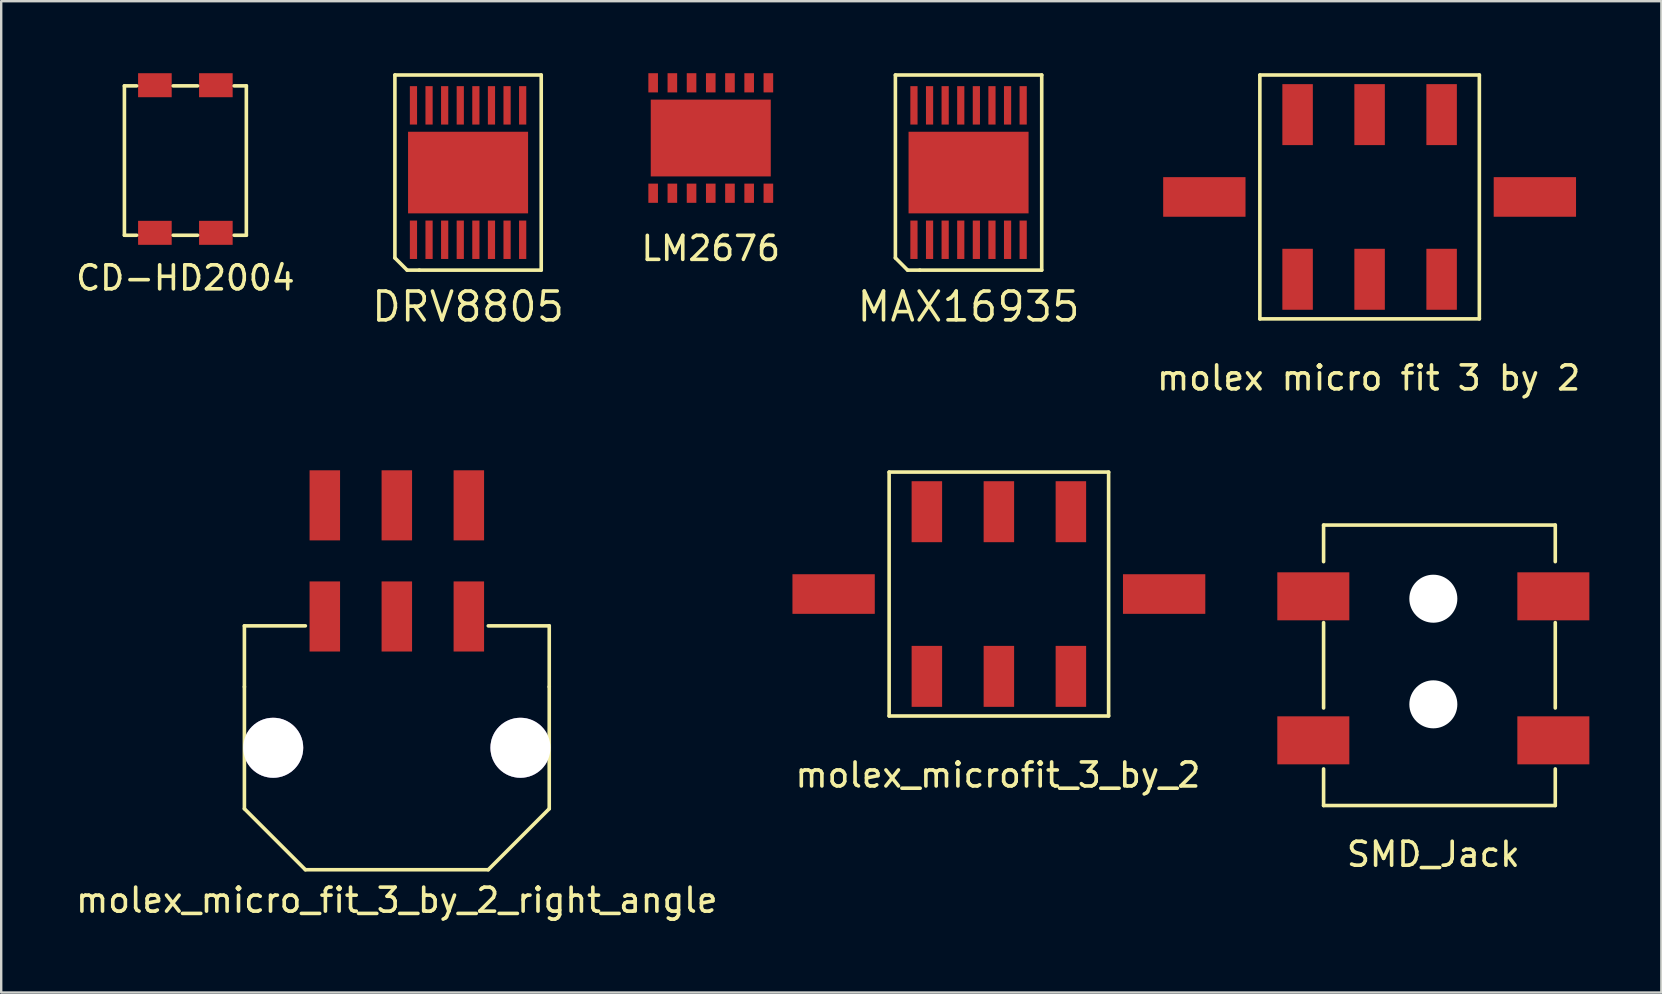
<source format=kicad_pcb>
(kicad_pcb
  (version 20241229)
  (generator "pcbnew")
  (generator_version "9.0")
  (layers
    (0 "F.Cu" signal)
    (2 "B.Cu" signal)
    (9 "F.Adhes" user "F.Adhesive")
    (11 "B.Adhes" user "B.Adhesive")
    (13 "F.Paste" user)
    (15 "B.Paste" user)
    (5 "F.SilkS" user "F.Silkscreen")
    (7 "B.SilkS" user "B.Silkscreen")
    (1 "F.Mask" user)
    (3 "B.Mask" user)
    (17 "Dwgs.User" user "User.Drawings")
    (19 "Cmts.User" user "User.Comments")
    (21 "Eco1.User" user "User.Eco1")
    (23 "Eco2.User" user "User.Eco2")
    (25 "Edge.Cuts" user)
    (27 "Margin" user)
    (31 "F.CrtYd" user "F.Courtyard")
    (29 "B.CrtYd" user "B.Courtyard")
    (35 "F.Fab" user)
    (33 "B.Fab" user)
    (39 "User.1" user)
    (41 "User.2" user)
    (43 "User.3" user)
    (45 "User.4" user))
  (footprint "molex_microfit_3_by_2"
    (layer "F.Cu")
    (at 38.564 21.698)
    (property "Reference" "molex_microfit_3_by_2" (at -0.04 7.54 0) (layer "F.SilkS") (effects (font (size 1 1) (thickness 0.15))))
    (attr through_hole)
    (fp_line (start -4.572 -5.08) (end 4.572 -5.08) (stroke (width 0.15) (type solid)) (layer "F.SilkS"))
    (fp_line (start -4.572 5.08) (end -4.572 -5.08) (stroke (width 0.15) (type solid)) (layer "F.SilkS"))
    (fp_line (start 4.572 -5.08) (end 4.572 5.08) (stroke (width 0.15) (type solid)) (layer "F.SilkS"))
    (fp_line (start 4.572 5.08) (end -4.572 5.08) (stroke (width 0.15) (type solid)) (layer "F.SilkS"))
    (pad "" smd rect (at -6.885 0) (size 3.43 1.65) (layers "F.Cu" "F.Mask" "F.Paste"))
    (pad "" smd rect (at 6.885 0) (size 3.43 1.65) (layers "F.Cu" "F.Mask" "F.Paste"))
    (pad "1" smd rect (at -3 -3.43) (size 1.27 2.54) (layers "F.Cu" "F.Mask" "F.Paste"))
    (pad "2" smd rect (at 0 -3.43) (size 1.27 2.54) (layers "F.Cu" "F.Mask" "F.Paste"))
    (pad "3" smd rect (at 3 -3.43) (size 1.27 2.54) (layers "F.Cu" "F.Mask" "F.Paste"))
    (pad "4" smd rect (at 3 3.43) (size 1.27 2.54) (layers "F.Cu" "F.Mask" "F.Paste"))
    (pad "5" smd rect (at 0 3.43) (size 1.27 2.54) (layers "F.Cu" "F.Mask" "F.Paste"))
    (pad "6" smd rect (at -3 3.43) (size 1.27 2.54) (layers "F.Cu" "F.Mask" "F.Paste")))
  (footprint "molex micro fit 3 by 2"
    (layer "F.Cu")
    (at 54.009 5.155)
    (property "Reference" "molex micro fit 3 by 2" (at -0.04 7.54 0) (layer "F.SilkS") (effects (font (size 1 1) (thickness 0.15))))
    (attr through_hole)
    (fp_line (start -4.572 -5.08) (end 4.572 -5.08) (stroke (width 0.15) (type solid)) (layer "F.SilkS"))
    (fp_line (start -4.572 5.08) (end -4.572 -5.08) (stroke (width 0.15) (type solid)) (layer "F.SilkS"))
    (fp_line (start 4.572 -5.08) (end 4.572 5.08) (stroke (width 0.15) (type solid)) (layer "F.SilkS"))
    (fp_line (start 4.572 5.08) (end -4.572 5.08) (stroke (width 0.15) (type solid)) (layer "F.SilkS"))
    (pad "" smd rect (at -6.885 0) (size 3.43 1.65) (layers "F.Cu" "F.Mask" "F.Paste"))
    (pad "" smd rect (at 6.885 0) (size 3.43 1.65) (layers "F.Cu" "F.Mask" "F.Paste"))
    (pad "1" smd rect (at -3 -3.43) (size 1.27 2.54) (layers "F.Cu" "F.Mask" "F.Paste"))
    (pad "2" smd rect (at 0 -3.43) (size 1.27 2.54) (layers "F.Cu" "F.Mask" "F.Paste"))
    (pad "3" smd rect (at 3 -3.43) (size 1.27 2.54) (layers "F.Cu" "F.Mask" "F.Paste"))
    (pad "4" smd rect (at 3 3.43) (size 1.27 2.54) (layers "F.Cu" "F.Mask" "F.Paste"))
    (pad "5" smd rect (at 0 3.43) (size 1.27 2.54) (layers "F.Cu" "F.Mask" "F.Paste"))
    (pad "6" smd rect (at -3 3.43) (size 1.27 2.54) (layers "F.Cu" "F.Mask" "F.Paste")))
  (footprint "CD-HD2004"
    (layer "F.Cu")
    (at 4.673 3.575)
    (property "Reference" "CD-HD2004" (at 0 4.953 0) (layer "F.SilkS") (effects (font (size 1 1) (thickness 0.15))))
    (attr through_hole)
    (fp_line (start -2.54 -3.048) (end -2.54 3.175) (stroke (width 0.15) (type solid)) (layer "F.SilkS"))
    (fp_line (start -2.54 3.175) (end -2.032 3.175) (stroke (width 0.15) (type solid)) (layer "F.SilkS"))
    (fp_line (start -2.032 -3.048) (end -2.54 -3.048) (stroke (width 0.15) (type solid)) (layer "F.SilkS"))
    (fp_line (start -0.508 -3.048) (end 0.508 -3.048) (stroke (width 0.15) (type solid)) (layer "F.SilkS"))
    (fp_line (start -0.508 3.175) (end 0.508 3.175) (stroke (width 0.15) (type solid)) (layer "F.SilkS"))
    (fp_line (start 2.032 3.175) (end 2.54 3.175) (stroke (width 0.15) (type solid)) (layer "F.SilkS"))
    (fp_line (start 2.54 -3.048) (end 2.032 -3.048) (stroke (width 0.15) (type solid)) (layer "F.SilkS"))
    (fp_line (start 2.54 3.175) (end 2.54 -3.048) (stroke (width 0.15) (type solid)) (layer "F.SilkS"))
    (pad "1" smd rect (at 1.27 -3.075) (size 1.4 1) (layers "F.Cu" "F.Mask" "F.Paste"))
    (pad "2" smd rect (at -1.27 -3.075) (size 1.4 1) (layers "F.Cu" "F.Mask" "F.Paste"))
    (pad "3" smd rect (at -1.27 3.075) (size 1.4 1) (layers "F.Cu" "F.Mask" "F.Paste"))
    (pad "4" smd rect (at 1.27 3.075) (size 1.4 1) (layers "F.Cu" "F.Mask" "F.Paste")))
  (footprint "LM2676"
    (layer "F.Cu")
    (at 26.561 2.7)
    (property "Reference" "LM2676" (at 0 4.6 0) (layer "F.SilkS") (effects (font (size 1 1) (thickness 0.15))))
    (attr through_hole)
    (pad "1" smd rect (at -2.4 2.3) (size 0.4 0.8) (layers "F.Cu" "F.Mask" "F.Paste"))
    (pad "2" smd rect (at -1.6 2.3) (size 0.4 0.8) (layers "F.Cu" "F.Mask" "F.Paste"))
    (pad "3" smd rect (at -0.8 2.3) (size 0.4 0.8) (layers "F.Cu" "F.Mask" "F.Paste"))
    (pad "4" smd rect (at 0 2.3) (size 0.4 0.8) (layers "F.Cu" "F.Mask" "F.Paste"))
    (pad "5" smd rect (at 0.8 2.3) (size 0.4 0.8) (layers "F.Cu" "F.Mask" "F.Paste"))
    (pad "6" smd rect (at 1.6 2.3) (size 0.4 0.8) (layers "F.Cu" "F.Mask" "F.Paste"))
    (pad "7" smd rect (at 2.4 2.3) (size 0.4 0.8) (layers "F.Cu" "F.Mask" "F.Paste"))
    (pad "8" smd rect (at 2.4 -2.3) (size 0.4 0.8) (layers "F.Cu" "F.Mask" "F.Paste"))
    (pad "9" smd rect (at 0 0) (size 5 3.2) (layers "F.Cu" "F.Mask" "F.Paste"))
    (pad "9" smd rect (at 1.6 -2.3) (size 0.4 0.8) (layers "F.Cu" "F.Mask" "F.Paste"))
    (pad "10" smd rect (at 0.8 -2.3) (size 0.4 0.8) (layers "F.Cu" "F.Mask" "F.Paste"))
    (pad "11" smd rect (at 0 -2.3) (size 0.4 0.8) (layers "F.Cu" "F.Mask" "F.Paste"))
    (pad "12" smd rect (at -0.8 -2.3) (size 0.4 0.8) (layers "F.Cu" "F.Mask" "F.Paste"))
    (pad "13" smd rect (at -1.6 -2.3) (size 0.4 0.8) (layers "F.Cu" "F.Mask" "F.Paste"))
    (pad "14" smd rect (at -2.4 -2.3) (size 0.4 0.8) (layers "F.Cu" "F.Mask" "F.Paste")))
  (footprint "molex_micro_fit_3_by_2_right_angle"
    (layer "F.Cu")
    (at 13.482 28.103)
    (property "Reference" "molex_micro_fit_3_by_2_right_angle" (at 0 6.35 0) (layer "F.SilkS") (effects (font (size 1 1) (thickness 0.15))))
    (attr through_hole)
    (fp_line (start -6.35 -5.08) (end -3.81 -5.08) (stroke (width 0.15) (type solid)) (layer "F.SilkS"))
    (fp_line (start -6.35 -2.54) (end -6.35 -5.08) (stroke (width 0.15) (type solid)) (layer "F.SilkS"))
    (fp_line (start -6.35 2.54) (end -6.35 -2.54) (stroke (width 0.15) (type solid)) (layer "F.SilkS"))
    (fp_line (start -3.81 5.08) (end -6.35 2.54) (stroke (width 0.15) (type solid)) (layer "F.SilkS"))
    (fp_line (start 3.81 5.08) (end -3.81 5.08) (stroke (width 0.15) (type solid)) (layer "F.SilkS"))
    (fp_line (start 6.35 -5.08) (end 3.81 -5.08) (stroke (width 0.15) (type solid)) (layer "F.SilkS"))
    (fp_line (start 6.35 -2.54) (end 6.35 -5.08) (stroke (width 0.15) (type solid)) (layer "F.SilkS"))
    (fp_line (start 6.35 -2.54) (end 6.35 2.54) (stroke (width 0.15) (type solid)) (layer "F.SilkS"))
    (fp_line (start 6.35 2.54) (end 3.81 5.08) (stroke (width 0.15) (type solid)) (layer "F.SilkS"))
    (pad "" thru_hole circle (at -5.15 0) (size 2.5 2.5) (drill 2.5) (layers "*.Cu" "*.Mask"))
    (pad "" thru_hole circle (at 5.15 0) (size 2.5 2.5) (drill 2.5) (layers "*.Cu" "*.Mask"))
    (pad "1" smd rect (at 3 -5.47) (size 1.27 2.92) (layers "F.Cu" "F.Mask" "F.Paste"))
    (pad "2" smd rect (at 0 -5.47) (size 1.27 2.92) (layers "F.Cu" "F.Mask" "F.Paste"))
    (pad "3" smd rect (at -3 -5.47) (size 1.27 2.92) (layers "F.Cu" "F.Mask" "F.Paste"))
    (pad "4" smd rect (at 3 -10.1) (size 1.27 2.92) (layers "F.Cu" "F.Mask" "F.Paste"))
    (pad "5" smd rect (at 0 -10.1) (size 1.27 2.92) (layers "F.Cu" "F.Mask" "F.Paste"))
    (pad "6" smd rect (at -3 -10.1) (size 1.27 2.92) (layers "F.Cu" "F.Mask" "F.Paste")))
  (footprint "MAX16935"
    (layer "F.Cu")
    (at 37.301 4.139)
    (property "Reference" "MAX16935" (at 0 5.588 180) (layer "F.SilkS") (effects (font (size 1.2 1.2) (thickness 0.15))))
    (attr through_hole)
    (fp_line (start -3.048 -4.064) (end 3.048 -4.064) (stroke (width 0.15) (type solid)) (layer "F.SilkS"))
    (fp_line (start -3.048 3.556) (end -3.048 -4.064) (stroke (width 0.15) (type solid)) (layer "F.SilkS"))
    (fp_line (start -2.54 4.064) (end -3.048 3.556) (stroke (width 0.15) (type solid)) (layer "F.SilkS"))
    (fp_line (start -2.032 4.064) (end -2.54 4.064) (stroke (width 0.15) (type solid)) (layer "F.SilkS"))
    (fp_line (start 3.048 -4.064) (end 3.048 4.064) (stroke (width 0.15) (type solid)) (layer "F.SilkS"))
    (fp_line (start 3.048 4.064) (end -2.032 4.064) (stroke (width 0.15) (type solid)) (layer "F.SilkS"))
    (pad "1" smd rect (at -2.275 2.8) (size 0.3 1.6) (layers "F.Cu" "F.Mask" "F.Paste"))
    (pad "2" smd rect (at -1.625 2.8) (size 0.3 1.6) (layers "F.Cu" "F.Mask" "F.Paste"))
    (pad "3" smd rect (at -0.975 2.8) (size 0.3 1.6) (layers "F.Cu" "F.Mask" "F.Paste"))
    (pad "4" smd rect (at -0.325 2.8) (size 0.3 1.6) (layers "F.Cu" "F.Mask" "F.Paste"))
    (pad "5" smd rect (at 0.325 2.8) (size 0.3 1.6) (layers "F.Cu" "F.Mask" "F.Paste"))
    (pad "6" smd rect (at 0.975 2.8) (size 0.3 1.6) (layers "F.Cu" "F.Mask" "F.Paste"))
    (pad "7" smd rect (at 1.625 2.8) (size 0.3 1.6) (layers "F.Cu" "F.Mask" "F.Paste"))
    (pad "8" smd rect (at 2.275 2.8) (size 0.3 1.6) (layers "F.Cu" "F.Mask" "F.Paste"))
    (pad "9" smd rect (at 2.275 -2.8) (size 0.3 1.6) (layers "F.Cu" "F.Mask" "F.Paste"))
    (pad "10" smd rect (at 1.625 -2.8) (size 0.3 1.6) (layers "F.Cu" "F.Mask" "F.Paste"))
    (pad "11" smd rect (at 0.975 -2.8) (size 0.3 1.6) (layers "F.Cu" "F.Mask" "F.Paste"))
    (pad "12" smd rect (at 0.325 -2.8) (size 0.3 1.6) (layers "F.Cu" "F.Mask" "F.Paste"))
    (pad "13" smd rect (at -0.325 -2.8) (size 0.3 1.6) (layers "F.Cu" "F.Mask" "F.Paste"))
    (pad "14" smd rect (at -0.975 -2.8) (size 0.3 1.6) (layers "F.Cu" "F.Mask" "F.Paste"))
    (pad "15" smd rect (at -1.625 -2.8) (size 0.3 1.6) (layers "F.Cu" "F.Mask" "F.Paste"))
    (pad "15" smd rect (at 0 0) (size 5 3.4) (layers "F.Cu" "F.Mask" "F.Paste"))
    (pad "16" smd rect (at -2.275 -2.8) (size 0.3 1.6) (layers "F.Cu" "F.Mask" "F.Paste")))
  (footprint "DRV8805"
    (layer "F.Cu")
    (at 16.45 4.139)
    (property "Reference" "DRV8805" (at 0 5.588 180) (layer "F.SilkS") (effects (font (size 1.2 1.2) (thickness 0.15))))
    (attr through_hole)
    (fp_line (start -3.048 -4.064) (end 3.048 -4.064) (stroke (width 0.15) (type solid)) (layer "F.SilkS"))
    (fp_line (start -3.048 3.556) (end -3.048 -4.064) (stroke (width 0.15) (type solid)) (layer "F.SilkS"))
    (fp_line (start -2.54 4.064) (end -3.048 3.556) (stroke (width 0.15) (type solid)) (layer "F.SilkS"))
    (fp_line (start -2.032 4.064) (end -2.54 4.064) (stroke (width 0.15) (type solid)) (layer "F.SilkS"))
    (fp_line (start 3.048 -4.064) (end 3.048 4.064) (stroke (width 0.15) (type solid)) (layer "F.SilkS"))
    (fp_line (start 3.048 4.064) (end -2.032 4.064) (stroke (width 0.15) (type solid)) (layer "F.SilkS"))
    (pad "1" smd rect (at -2.275 2.8) (size 0.3 1.6) (layers "F.Cu" "F.Mask" "F.Paste"))
    (pad "2" smd rect (at -1.625 2.8) (size 0.3 1.6) (layers "F.Cu" "F.Mask" "F.Paste"))
    (pad "3" smd rect (at -0.975 2.8) (size 0.3 1.6) (layers "F.Cu" "F.Mask" "F.Paste"))
    (pad "4" smd rect (at -0.325 2.8) (size 0.3 1.6) (layers "F.Cu" "F.Mask" "F.Paste"))
    (pad "5" smd rect (at 0 0) (size 5 3.4) (layers "F.Cu" "F.Mask" "F.Paste"))
    (pad "5" smd rect (at 0.325 2.8) (size 0.3 1.6) (layers "F.Cu" "F.Mask" "F.Paste"))
    (pad "6" smd rect (at 0.975 2.8) (size 0.3 1.6) (layers "F.Cu" "F.Mask" "F.Paste"))
    (pad "7" smd rect (at 1.625 2.8) (size 0.3 1.6) (layers "F.Cu" "F.Mask" "F.Paste"))
    (pad "8" smd rect (at 2.275 2.8) (size 0.3 1.6) (layers "F.Cu" "F.Mask" "F.Paste"))
    (pad "9" smd rect (at 2.275 -2.8) (size 0.3 1.6) (layers "F.Cu" "F.Mask" "F.Paste"))
    (pad "10" smd rect (at 1.625 -2.8) (size 0.3 1.6) (layers "F.Cu" "F.Mask" "F.Paste"))
    (pad "11" smd rect (at 0.975 -2.8) (size 0.3 1.6) (layers "F.Cu" "F.Mask" "F.Paste"))
    (pad "12" smd rect (at 0.325 -2.8) (size 0.3 1.6) (layers "F.Cu" "F.Mask" "F.Paste"))
    (pad "13" smd rect (at -0.325 -2.8) (size 0.3 1.6) (layers "F.Cu" "F.Mask" "F.Paste"))
    (pad "14" smd rect (at -0.975 -2.8) (size 0.3 1.6) (layers "F.Cu" "F.Mask" "F.Paste"))
    (pad "15" smd rect (at -1.625 -2.8) (size 0.3 1.6) (layers "F.Cu" "F.Mask" "F.Paste"))
    (pad "16" smd rect (at -2.275 -2.8) (size 0.3 1.6) (layers "F.Cu" "F.Mask" "F.Paste")))
  (footprint "SMD_Jack"
    (layer "F.Cu")
    (at 56.664 16.793)
    (property "Reference" "SMD_Jack" (at 0 15.748 0) (layer "F.SilkS") (effects (font (size 1 1) (thickness 0.15))))
    (attr through_hole)
    (fp_line (start -4.572 2.032) (end -4.572 3.556) (stroke (width 0.15) (type solid)) (layer "F.SilkS"))
    (fp_line (start -4.572 2.032) (end 5.08 2.032) (stroke (width 0.15) (type solid)) (layer "F.SilkS"))
    (fp_line (start -4.572 6.096) (end -4.572 9.652) (stroke (width 0.15) (type solid)) (layer "F.SilkS"))
    (fp_line (start -4.572 12.192) (end -4.572 13.716) (stroke (width 0.15) (type solid)) (layer "F.SilkS"))
    (fp_line (start -4.572 13.716) (end 5.08 13.716) (stroke (width 0.15) (type solid)) (layer "F.SilkS"))
    (fp_line (start 5.08 2.032) (end 5.08 3.556) (stroke (width 0.15) (type solid)) (layer "F.SilkS"))
    (fp_line (start 5.08 6.096) (end 5.08 9.652) (stroke (width 0.15) (type solid)) (layer "F.SilkS"))
    (fp_line (start 5.08 13.716) (end 5.08 12.192) (stroke (width 0.15) (type solid)) (layer "F.SilkS"))
    (pad "" np_thru_hole circle (at 0 5.1) (size 2 2) (drill 2) (layers "*.Cu" "*.Mask"))
    (pad "" np_thru_hole circle (at 0 9.5) (size 2 2) (drill 2) (layers "*.Cu" "*.Mask"))
    (pad "1" smd rect (at 5 5) (size 3 2) (layers "F.Cu" "F.Mask" "F.Paste"))
    (pad "1" smd rect (at 5 11) (size 3 2) (layers "F.Cu" "F.Mask" "F.Paste"))
    (pad "2" smd rect (at -5 11) (size 3 2) (layers "F.Cu" "F.Mask" "F.Paste"))
    (pad "3" smd rect (at -5 5) (size 3 2) (layers "F.Cu" "F.Mask" "F.Paste")))
  (gr_rect
    (start -3 -3)
    (end 66.164 38.301)
    (stroke (width 0.1) (type default))
    (fill no)
    (layer "Edge.Cuts")))
</source>
